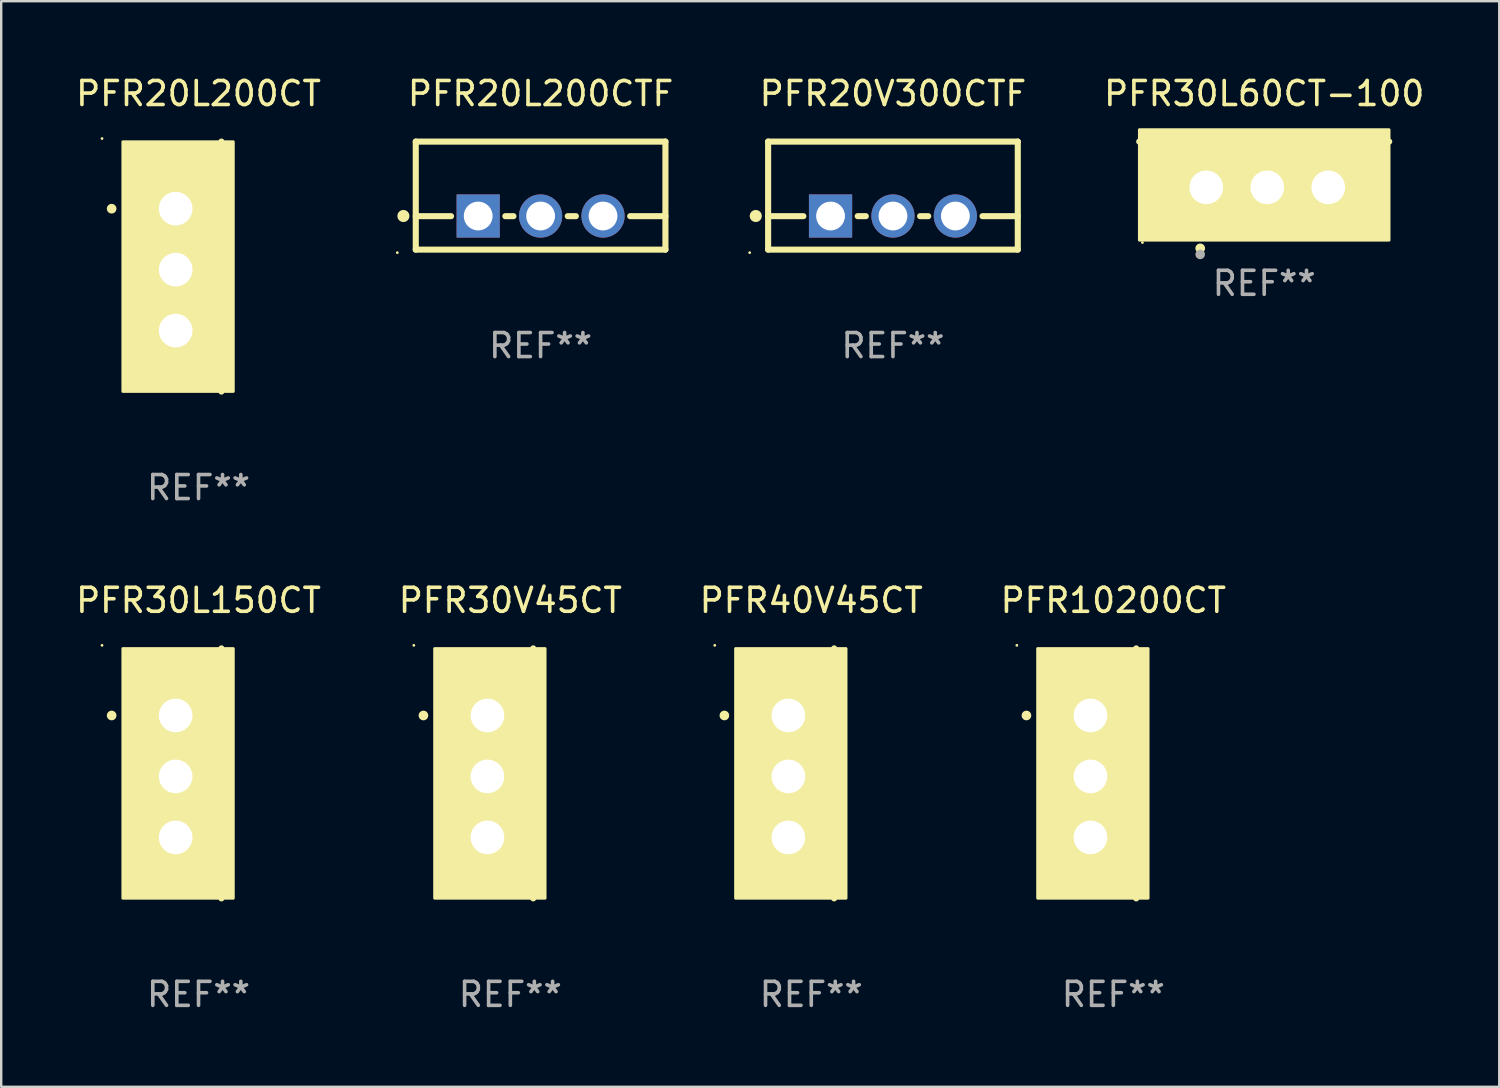
<source format=kicad_pcb>
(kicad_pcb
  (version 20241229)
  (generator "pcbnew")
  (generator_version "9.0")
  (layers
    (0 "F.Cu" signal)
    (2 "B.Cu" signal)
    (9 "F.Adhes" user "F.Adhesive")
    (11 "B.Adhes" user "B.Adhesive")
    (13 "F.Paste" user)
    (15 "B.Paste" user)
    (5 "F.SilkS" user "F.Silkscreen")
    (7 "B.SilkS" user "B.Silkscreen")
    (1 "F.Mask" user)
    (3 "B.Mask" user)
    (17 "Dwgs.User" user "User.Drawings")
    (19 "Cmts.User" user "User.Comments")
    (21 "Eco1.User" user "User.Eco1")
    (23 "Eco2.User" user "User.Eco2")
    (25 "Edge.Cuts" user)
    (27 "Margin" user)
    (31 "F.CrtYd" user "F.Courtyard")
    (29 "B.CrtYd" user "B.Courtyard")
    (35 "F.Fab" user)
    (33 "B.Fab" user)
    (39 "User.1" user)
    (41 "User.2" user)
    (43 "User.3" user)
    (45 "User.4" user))
  (footprint "PFR30L150CT"
    (layer "F.Cu")
    (at 5.22 29.166)
    (property "Reference" "PFR30L150CT" (at 0 -7.207 0) (layer "F.SilkS") (effects (font (size 1 1) (thickness 0.15))))
    (attr through_hole)
    (fp_line (start 0.953 5.207) (end 0.953 -5.207) (stroke (width 0.254) (type solid)) (layer "F.SilkS"))
    (fp_arc (start -3.619507 -2.410465) (mid -3.619511 -2.411735) (end -3.619507 -2.413005) (stroke (width 0.4) (type solid)) (layer "F.SilkS"))
    (fp_circle (center -4.02 -5.334) (end -3.99 -5.334) (stroke (width 0.06) (type solid)) (fill no) (layer "F.SilkS"))
    (fp_poly (pts (xy -3.152 -5.2) (xy 1.448 -5.2) (xy 1.448 5.2) (xy -3.152 5.2)) (stroke (width 0.12) (type solid)) (fill yes) (layer "F.SilkS"))
    (fp_text user "REF**" (at 0 9.207 0) (layer "F.Fab") (effects (font (size 1 1) (thickness 0.15))))
    (pad "1" thru_hole rect (at -0.953 -2.413 270) (size 2 2.5) (drill 1.4) (layers "*.Cu" "*.Mask"))
    (pad "2" thru_hole oval (at -0.953 0.127 270) (size 2 2.5) (drill 1.4) (layers "*.Cu" "*.Mask"))
    (pad "3" thru_hole oval (at -0.953 2.667 270) (size 2 2.5) (drill 1.4) (layers "*.Cu" "*.Mask")))
  (footprint "PFR20L200CT"
    (layer "F.Cu")
    (at 5.22 8.055)
    (property "Reference" "PFR20L200CT" (at 0 -7.207 0) (layer "F.SilkS") (effects (font (size 1 1) (thickness 0.15))))
    (attr through_hole)
    (fp_line (start 0.953 5.207) (end 0.953 -5.207) (stroke (width 0.254) (type solid)) (layer "F.SilkS"))
    (fp_arc (start -3.619507 -2.410465) (mid -3.619511 -2.411735) (end -3.619507 -2.413005) (stroke (width 0.4) (type solid)) (layer "F.SilkS"))
    (fp_circle (center -4.02 -5.334) (end -3.99 -5.334) (stroke (width 0.06) (type solid)) (fill no) (layer "F.SilkS"))
    (fp_poly (pts (xy -3.152 -5.2) (xy 1.448 -5.2) (xy 1.448 5.2) (xy -3.152 5.2)) (stroke (width 0.12) (type solid)) (fill yes) (layer "F.SilkS"))
    (fp_text user "REF**" (at 0 9.207 0) (layer "F.Fab") (effects (font (size 1 1) (thickness 0.15))))
    (pad "1" thru_hole rect (at -0.953 -2.413 270) (size 2 2.5) (drill 1.4) (layers "*.Cu" "*.Mask"))
    (pad "2" thru_hole oval (at -0.953 0.127 270) (size 2 2.5) (drill 1.4) (layers "*.Cu" "*.Mask"))
    (pad "3" thru_hole oval (at -0.953 2.667 270) (size 2 2.5) (drill 1.4) (layers "*.Cu" "*.Mask")))
  (footprint "PFR30V45CT"
    (layer "F.Cu")
    (at 18.208 29.166)
    (property "Reference" "PFR30V45CT" (at 0 -7.207 0) (layer "F.SilkS") (effects (font (size 1 1) (thickness 0.15))))
    (attr through_hole)
    (fp_line (start 0.953 5.207) (end 0.953 -5.207) (stroke (width 0.254) (type solid)) (layer "F.SilkS"))
    (fp_arc (start -3.619507 -2.410465) (mid -3.619511 -2.411735) (end -3.619507 -2.413005) (stroke (width 0.4) (type solid)) (layer "F.SilkS"))
    (fp_circle (center -4.02 -5.334) (end -3.99 -5.334) (stroke (width 0.06) (type solid)) (fill no) (layer "F.SilkS"))
    (fp_poly (pts (xy -3.152 -5.2) (xy 1.448 -5.2) (xy 1.448 5.2) (xy -3.152 5.2)) (stroke (width 0.12) (type solid)) (fill yes) (layer "F.SilkS"))
    (fp_text user "REF**" (at 0 9.207 0) (layer "F.Fab") (effects (font (size 1 1) (thickness 0.15))))
    (pad "1" thru_hole rect (at -0.953 -2.413 270) (size 2 2.5) (drill 1.4) (layers "*.Cu" "*.Mask"))
    (pad "2" thru_hole oval (at -0.953 0.127 270) (size 2 2.5) (drill 1.4) (layers "*.Cu" "*.Mask"))
    (pad "3" thru_hole oval (at -0.953 2.667 270) (size 2 2.5) (drill 1.4) (layers "*.Cu" "*.Mask")))
  (footprint "PFR40V45CT"
    (layer "F.Cu")
    (at 30.744 29.166)
    (property "Reference" "PFR40V45CT" (at 0 -7.207 0) (layer "F.SilkS") (effects (font (size 1 1) (thickness 0.15))))
    (attr through_hole)
    (fp_line (start 0.953 5.207) (end 0.953 -5.207) (stroke (width 0.254) (type solid)) (layer "F.SilkS"))
    (fp_arc (start -3.619507 -2.410465) (mid -3.619511 -2.411735) (end -3.619507 -2.413005) (stroke (width 0.4) (type solid)) (layer "F.SilkS"))
    (fp_circle (center -4.02 -5.334) (end -3.99 -5.334) (stroke (width 0.06) (type solid)) (fill no) (layer "F.SilkS"))
    (fp_poly (pts (xy -3.152 -5.2) (xy 1.448 -5.2) (xy 1.448 5.2) (xy -3.152 5.2)) (stroke (width 0.12) (type solid)) (fill yes) (layer "F.SilkS"))
    (fp_text user "REF**" (at 0 9.207 0) (layer "F.Fab") (effects (font (size 1 1) (thickness 0.15))))
    (pad "1" thru_hole rect (at -0.953 -2.413 270) (size 2 2.5) (drill 1.4) (layers "*.Cu" "*.Mask"))
    (pad "2" thru_hole oval (at -0.953 0.127 270) (size 2 2.5) (drill 1.4) (layers "*.Cu" "*.Mask"))
    (pad "3" thru_hole oval (at -0.953 2.667 270) (size 2 2.5) (drill 1.4) (layers "*.Cu" "*.Mask")))
  (footprint "PFR20V300CTF"
    (layer "F.Cu")
    (at 34.147 5.098)
    (property "Reference" "PFR20V300CTF" (at 0 -4.25 0) (layer "F.SilkS") (effects (font (size 1 1) (thickness 0.15))))
    (attr through_hole)
    (fp_line (start -5.2 -2.25) (end -5.2 2.25) (stroke (width 0.254) (type solid)) (layer "F.SilkS"))
    (fp_line (start -5.2 -2.25) (end 5.2 -2.25) (stroke (width 0.254) (type solid)) (layer "F.SilkS"))
    (fp_line (start -5.2 0.857) (end -3.731 0.857) (stroke (width 0.254) (type solid)) (layer "F.SilkS"))
    (fp_line (start -5.2 2.25) (end 5.2 2.25) (stroke (width 0.254) (type solid)) (layer "F.SilkS"))
    (fp_line (start -1.469 0.857) (end -1.131 0.857) (stroke (width 0.254) (type solid)) (layer "F.SilkS"))
    (fp_line (start 1.131 0.857) (end 1.469 0.857) (stroke (width 0.254) (type solid)) (layer "F.SilkS"))
    (fp_line (start 3.731 0.857) (end 5.2 0.857) (stroke (width 0.254) (type solid)) (layer "F.SilkS"))
    (fp_line (start 5.2 -2.25) (end 5.2 2.25) (stroke (width 0.254) (type solid)) (layer "F.SilkS"))
    (fp_circle (center -5.969 2.377) (end -5.939 2.377) (stroke (width 0.06) (type solid)) (fill no) (layer "F.SilkS"))
    (fp_circle (center -5.715 0.85) (end -5.588 0.85) (stroke (width 0.254) (type solid)) (fill no) (layer "F.SilkS"))
    (fp_text user "REF**" (at 0 6.25 0) (layer "F.Fab") (effects (font (size 1 1) (thickness 0.15))))
    (pad "1" thru_hole rect (at -2.6 0.85) (size 1.8 1.8) (drill 1.2) (layers "*.Cu" "*.Mask"))
    (pad "2" thru_hole circle (at 0 0.85) (size 1.8 1.8) (drill 1.2) (layers "*.Cu" "*.Mask"))
    (pad "3" thru_hole circle (at 2.6 0.85) (size 1.8 1.8) (drill 1.2) (layers "*.Cu" "*.Mask")))
  (footprint "PFR20L200CTF"
    (layer "F.Cu")
    (at 19.469 5.098)
    (property "Reference" "PFR20L200CTF" (at 0 -4.25 0) (layer "F.SilkS") (effects (font (size 1 1) (thickness 0.15))))
    (attr through_hole)
    (fp_line (start -5.2 -2.25) (end -5.2 2.25) (stroke (width 0.254) (type solid)) (layer "F.SilkS"))
    (fp_line (start -5.2 -2.25) (end 5.2 -2.25) (stroke (width 0.254) (type solid)) (layer "F.SilkS"))
    (fp_line (start -5.2 0.857) (end -3.731 0.857) (stroke (width 0.254) (type solid)) (layer "F.SilkS"))
    (fp_line (start -5.2 2.25) (end 5.2 2.25) (stroke (width 0.254) (type solid)) (layer "F.SilkS"))
    (fp_line (start -1.469 0.857) (end -1.131 0.857) (stroke (width 0.254) (type solid)) (layer "F.SilkS"))
    (fp_line (start 1.131 0.857) (end 1.469 0.857) (stroke (width 0.254) (type solid)) (layer "F.SilkS"))
    (fp_line (start 3.731 0.857) (end 5.2 0.857) (stroke (width 0.254) (type solid)) (layer "F.SilkS"))
    (fp_line (start 5.2 -2.25) (end 5.2 2.25) (stroke (width 0.254) (type solid)) (layer "F.SilkS"))
    (fp_circle (center -5.969 2.377) (end -5.939 2.377) (stroke (width 0.06) (type solid)) (fill no) (layer "F.SilkS"))
    (fp_circle (center -5.715 0.85) (end -5.588 0.85) (stroke (width 0.254) (type solid)) (fill no) (layer "F.SilkS"))
    (fp_text user "REF**" (at 0 6.25 0) (layer "F.Fab") (effects (font (size 1 1) (thickness 0.15))))
    (pad "1" thru_hole rect (at -2.6 0.85) (size 1.8 1.8) (drill 1.2) (layers "*.Cu" "*.Mask"))
    (pad "2" thru_hole circle (at 0 0.85) (size 1.8 1.8) (drill 1.2) (layers "*.Cu" "*.Mask"))
    (pad "3" thru_hole circle (at 2.6 0.85) (size 1.8 1.8) (drill 1.2) (layers "*.Cu" "*.Mask")))
  (footprint "PFR30L60CT-100"
    (layer "F.Cu")
    (at 49.612 3.801)
    (property "Reference" "PFR30L60CT-100" (at 0 -2.953 0) (layer "F.SilkS") (effects (font (size 1 1) (thickness 0.15))))
    (attr through_hole)
    (fp_line (start 5.207 -0.953) (end -5.207 -0.953) (stroke (width 0.254) (type solid)) (layer "F.SilkS"))
    (fp_arc (start -2.66698 3.49252) (mid -2.66571 3.492516) (end -2.66444 3.49252) (stroke (width 0.4) (type solid)) (layer "F.SilkS"))
    (fp_circle (center -5.073 3.252) (end -5.043 3.252) (stroke (width 0.06) (type solid)) (fill no) (layer "F.SilkS"))
    (fp_poly (pts (xy -5.2 -1.448) (xy 5.2 -1.448) (xy 5.2 3.152) (xy -5.2 3.152)) (stroke (width 0.12) (type solid)) (fill yes) (layer "F.SilkS"))
    (fp_circle (center -2.667 3.747) (end -2.567 3.747) (stroke (width 0.2) (type solid)) (fill no) (layer "F.Fab"))
    (fp_text user "REF**" (at 0 4.953 0) (layer "F.Fab") (effects (font (size 1 1) (thickness 0.15))))
    (pad "1" thru_hole rect (at -2.413 0.953) (size 2 2.5) (drill 1.4) (layers "*.Cu" "*.Mask"))
    (pad "2" thru_hole oval (at 0.127 0.953) (size 2 2.5) (drill 1.4) (layers "*.Cu" "*.Mask"))
    (pad "3" thru_hole oval (at 2.667 0.953) (size 2 2.5) (drill 1.4) (layers "*.Cu" "*.Mask")))
  (footprint "PFR10200CT"
    (layer "F.Cu")
    (at 43.327 29.166)
    (property "Reference" "PFR10200CT" (at 0 -7.207 0) (layer "F.SilkS") (effects (font (size 1 1) (thickness 0.15))))
    (attr through_hole)
    (fp_line (start 0.953 5.207) (end 0.953 -5.207) (stroke (width 0.254) (type solid)) (layer "F.SilkS"))
    (fp_arc (start -3.619507 -2.410465) (mid -3.619511 -2.411735) (end -3.619507 -2.413005) (stroke (width 0.4) (type solid)) (layer "F.SilkS"))
    (fp_circle (center -4.02 -5.334) (end -3.99 -5.334) (stroke (width 0.06) (type solid)) (fill no) (layer "F.SilkS"))
    (fp_poly (pts (xy -3.152 -5.2) (xy 1.448 -5.2) (xy 1.448 5.2) (xy -3.152 5.2)) (stroke (width 0.12) (type solid)) (fill yes) (layer "F.SilkS"))
    (fp_text user "REF**" (at 0 9.207 0) (layer "F.Fab") (effects (font (size 1 1) (thickness 0.15))))
    (pad "1" thru_hole rect (at -0.953 -2.413 270) (size 2 2.5) (drill 1.4) (layers "*.Cu" "*.Mask"))
    (pad "2" thru_hole oval (at -0.953 0.127 270) (size 2 2.5) (drill 1.4) (layers "*.Cu" "*.Mask"))
    (pad "3" thru_hole oval (at -0.953 2.667 270) (size 2 2.5) (drill 1.4) (layers "*.Cu" "*.Mask")))
  (gr_rect
    (start -3 -3)
    (end 59.403 42.221)
    (stroke (width 0.1) (type default))
    (fill no)
    (layer "Edge.Cuts")))
</source>
